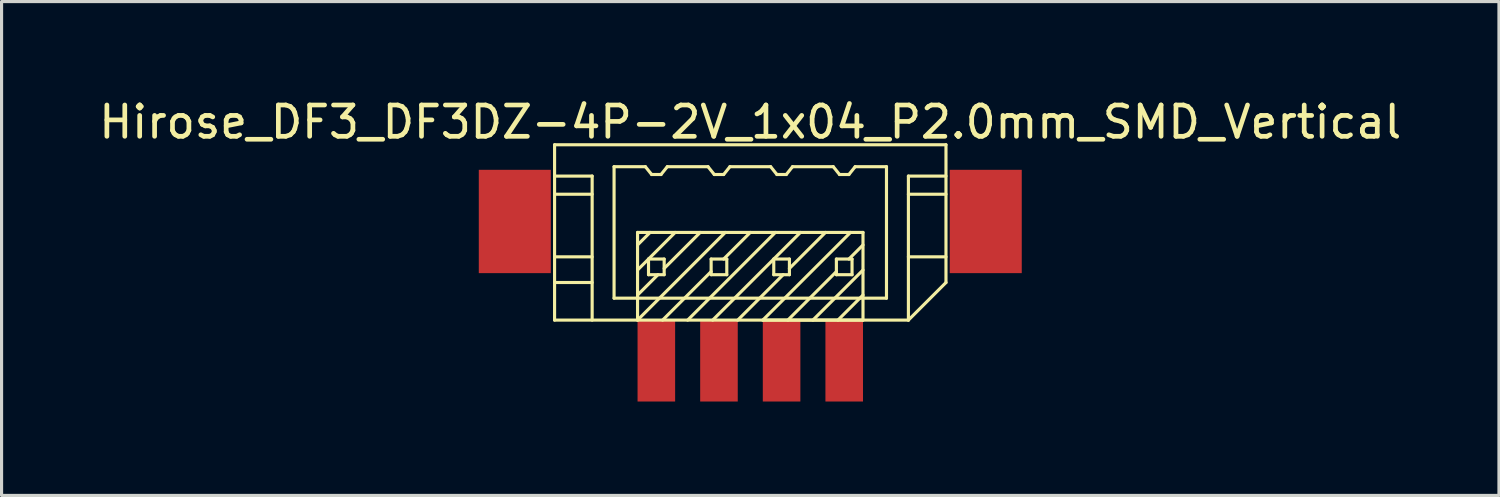
<source format=kicad_pcb>
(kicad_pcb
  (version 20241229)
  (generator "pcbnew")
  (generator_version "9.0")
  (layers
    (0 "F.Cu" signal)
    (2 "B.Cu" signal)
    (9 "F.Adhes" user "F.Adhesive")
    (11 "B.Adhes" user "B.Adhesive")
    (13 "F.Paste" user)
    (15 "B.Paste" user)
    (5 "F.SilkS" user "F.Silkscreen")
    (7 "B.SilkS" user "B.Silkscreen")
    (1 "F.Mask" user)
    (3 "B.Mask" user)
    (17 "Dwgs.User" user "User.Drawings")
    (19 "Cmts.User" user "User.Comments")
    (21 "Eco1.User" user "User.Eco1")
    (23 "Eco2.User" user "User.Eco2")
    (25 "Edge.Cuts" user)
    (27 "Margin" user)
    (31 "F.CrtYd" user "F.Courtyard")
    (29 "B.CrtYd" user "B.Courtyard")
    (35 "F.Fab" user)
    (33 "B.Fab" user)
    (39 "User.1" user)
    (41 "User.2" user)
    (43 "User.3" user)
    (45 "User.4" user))
  (footprint "Hirose_DF3_DF3DZ-4P-2V_1x04_P2.0mm_SMD_Vertical"
    (layer "F.Cu")
    (at 20.911 4.023)
    (property "Reference" "Hirose_DF3_DF3DZ-4P-2V_1x04_P2.0mm_SMD_Vertical" (at 0 -3.175 0) (layer "F.SilkS") (effects (font (size 1 1) (thickness 0.15))))
    (attr through_hole)
    (fp_line (start -6.25 -2.45) (end -6.25 3.15) (stroke (width 0.1) (type solid)) (layer "F.SilkS"))
    (fp_line (start -6.25 -2.45) (end 6.25 -2.45) (stroke (width 0.1) (type solid)) (layer "F.SilkS"))
    (fp_line (start -6.25 -0.87) (end -5.05 -0.87) (stroke (width 0.1) (type solid)) (layer "F.SilkS"))
    (fp_line (start -6.25 1.13) (end -5.05 1.13) (stroke (width 0.1) (type solid)) (layer "F.SilkS"))
    (fp_line (start -6.25 1.95) (end -5.05 1.95) (stroke (width 0.1) (type solid)) (layer "F.SilkS"))
    (fp_line (start -6.25 3.15) (end 5.05 3.15) (stroke (width 0.1) (type solid)) (layer "F.SilkS"))
    (fp_line (start -5.05 -1.45) (end -6.25 -1.45) (stroke (width 0.1) (type solid)) (layer "F.SilkS"))
    (fp_line (start -5.05 3.15) (end -5.05 -1.45) (stroke (width 0.1) (type solid)) (layer "F.SilkS"))
    (fp_line (start -4.35 -1.75) (end -4.35 2.45) (stroke (width 0.1) (type solid)) (layer "F.SilkS"))
    (fp_line (start -4.35 2.45) (end 4.35 2.45) (stroke (width 0.1) (type solid)) (layer "F.SilkS"))
    (fp_line (start -3.6 0.35) (end -3.6 3.15) (stroke (width 0.1) (type solid)) (layer "F.SilkS"))
    (fp_line (start -3.35 -1.75) (end -4.35 -1.75) (stroke (width 0.1) (type solid)) (layer "F.SilkS"))
    (fp_line (start -3.35 -1.75) (end -3.15 -1.5) (stroke (width 0.1) (type solid)) (layer "F.SilkS"))
    (fp_line (start -3.25 1.2) (end -3.25 1.7) (stroke (width 0.1) (type solid)) (layer "F.SilkS"))
    (fp_line (start -3.25 1.7) (end -2.75 1.7) (stroke (width 0.1) (type solid)) (layer "F.SilkS"))
    (fp_line (start -3.2 0.35) (end -3.6 0.75) (stroke (width 0.1) (type solid)) (layer "F.SilkS"))
    (fp_line (start -3.15 -1.5) (end -2.85 -1.5) (stroke (width 0.1) (type solid)) (layer "F.SilkS"))
    (fp_line (start -2.95 1.7) (end -3.6 2.35) (stroke (width 0.1) (type solid)) (layer "F.SilkS"))
    (fp_line (start -2.85 -1.5) (end -2.65 -1.75) (stroke (width 0.1) (type solid)) (layer "F.SilkS"))
    (fp_line (start -2.75 1.2) (end -3.25 1.2) (stroke (width 0.1) (type solid)) (layer "F.SilkS"))
    (fp_line (start -2.75 1.7) (end -2.75 1.2) (stroke (width 0.1) (type solid)) (layer "F.SilkS"))
    (fp_line (start -2.4 0.35) (end -3.6 1.55) (stroke (width 0.1) (type solid)) (layer "F.SilkS"))
    (fp_line (start -1.6 0.35) (end -2.75 1.5) (stroke (width 0.1) (type solid)) (layer "F.SilkS"))
    (fp_line (start -1.35 -1.75) (end -2.65 -1.75) (stroke (width 0.1) (type solid)) (layer "F.SilkS"))
    (fp_line (start -1.35 -1.75) (end -1.15 -1.5) (stroke (width 0.1) (type solid)) (layer "F.SilkS"))
    (fp_line (start -1.25 1.2) (end -1.25 1.7) (stroke (width 0.1) (type solid)) (layer "F.SilkS"))
    (fp_line (start -1.25 1.6) (end -2.8 3.15) (stroke (width 0.1) (type solid)) (layer "F.SilkS"))
    (fp_line (start -1.25 1.7) (end -0.75 1.7) (stroke (width 0.1) (type solid)) (layer "F.SilkS"))
    (fp_line (start -1.15 -1.5) (end -0.85 -1.5) (stroke (width 0.1) (type solid)) (layer "F.SilkS"))
    (fp_line (start -0.85 -1.5) (end -0.65 -1.75) (stroke (width 0.1) (type solid)) (layer "F.SilkS"))
    (fp_line (start -0.8 0.35) (end -3.6 3.15) (stroke (width 0.1) (type solid)) (layer "F.SilkS"))
    (fp_line (start -0.75 1.2) (end -1.25 1.2) (stroke (width 0.1) (type solid)) (layer "F.SilkS"))
    (fp_line (start -0.75 1.7) (end -0.75 1.2) (stroke (width 0.1) (type solid)) (layer "F.SilkS"))
    (fp_line (start -0.4 3.15) (end 1.05 1.7) (stroke (width 0.1) (type solid)) (layer "F.SilkS"))
    (fp_line (start 0 0.35) (end -0.85 1.2) (stroke (width 0.1) (type solid)) (layer "F.SilkS"))
    (fp_line (start 0.4 3.15) (end 3.6 3.15) (stroke (width 0.1) (type solid)) (layer "F.SilkS"))
    (fp_line (start 0.65 -1.75) (end -0.65 -1.75) (stroke (width 0.1) (type solid)) (layer "F.SilkS"))
    (fp_line (start 0.65 -1.75) (end 0.85 -1.5) (stroke (width 0.1) (type solid)) (layer "F.SilkS"))
    (fp_line (start 0.75 1.2) (end 0.75 1.7) (stroke (width 0.1) (type solid)) (layer "F.SilkS"))
    (fp_line (start 0.75 1.7) (end 1.25 1.7) (stroke (width 0.1) (type solid)) (layer "F.SilkS"))
    (fp_line (start 0.8 0.35) (end -2 3.15) (stroke (width 0.1) (type solid)) (layer "F.SilkS"))
    (fp_line (start 0.85 -1.5) (end 1.15 -1.5) (stroke (width 0.1) (type solid)) (layer "F.SilkS"))
    (fp_line (start 1.15 -1.5) (end 1.35 -1.75) (stroke (width 0.1) (type solid)) (layer "F.SilkS"))
    (fp_line (start 1.2 3.15) (end 2.75 1.6) (stroke (width 0.1) (type solid)) (layer "F.SilkS"))
    (fp_line (start 1.25 1.2) (end 0.75 1.2) (stroke (width 0.1) (type solid)) (layer "F.SilkS"))
    (fp_line (start 1.25 1.7) (end 1.25 1.2) (stroke (width 0.1) (type solid)) (layer "F.SilkS"))
    (fp_line (start 1.6 0.35) (end -1.2 3.15) (stroke (width 0.1) (type solid)) (layer "F.SilkS"))
    (fp_line (start 2.4 0.35) (end 1.25 1.5) (stroke (width 0.1) (type solid)) (layer "F.SilkS"))
    (fp_line (start 2.65 -1.75) (end 1.35 -1.75) (stroke (width 0.1) (type solid)) (layer "F.SilkS"))
    (fp_line (start 2.65 -1.75) (end 2.85 -1.5) (stroke (width 0.1) (type solid)) (layer "F.SilkS"))
    (fp_line (start 2.75 1.2) (end 2.75 1.7) (stroke (width 0.1) (type solid)) (layer "F.SilkS"))
    (fp_line (start 2.75 1.7) (end 3.25 1.7) (stroke (width 0.1) (type solid)) (layer "F.SilkS"))
    (fp_line (start 2.85 -1.5) (end 3.15 -1.5) (stroke (width 0.1) (type solid)) (layer "F.SilkS"))
    (fp_line (start 3.15 -1.5) (end 3.35 -1.75) (stroke (width 0.1) (type solid)) (layer "F.SilkS"))
    (fp_line (start 3.2 0.35) (end 0.4 3.15) (stroke (width 0.1) (type solid)) (layer "F.SilkS"))
    (fp_line (start 3.25 1.2) (end 2.75 1.2) (stroke (width 0.1) (type solid)) (layer "F.SilkS"))
    (fp_line (start 3.25 1.7) (end 3.25 1.2) (stroke (width 0.1) (type solid)) (layer "F.SilkS"))
    (fp_line (start 3.6 0.35) (end -3.6 0.35) (stroke (width 0.1) (type solid)) (layer "F.SilkS"))
    (fp_line (start 3.6 0.75) (end 3.15 1.2) (stroke (width 0.1) (type solid)) (layer "F.SilkS"))
    (fp_line (start 3.6 1.55) (end 2 3.15) (stroke (width 0.1) (type solid)) (layer "F.SilkS"))
    (fp_line (start 3.6 2.35) (end 2.8 3.15) (stroke (width 0.1) (type solid)) (layer "F.SilkS"))
    (fp_line (start 3.6 3.15) (end 3.6 0.35) (stroke (width 0.1) (type solid)) (layer "F.SilkS"))
    (fp_line (start 4.35 -1.75) (end 3.35 -1.75) (stroke (width 0.1) (type solid)) (layer "F.SilkS"))
    (fp_line (start 4.35 2.45) (end 4.35 -1.75) (stroke (width 0.1) (type solid)) (layer "F.SilkS"))
    (fp_line (start 5.05 -1.45) (end 6.25 -1.45) (stroke (width 0.1) (type solid)) (layer "F.SilkS"))
    (fp_line (start 5.05 -0.87) (end 6.25 -0.87) (stroke (width 0.1) (type solid)) (layer "F.SilkS"))
    (fp_line (start 5.05 1.13) (end 6.25 1.13) (stroke (width 0.1) (type solid)) (layer "F.SilkS"))
    (fp_line (start 5.05 3.15) (end 5.05 -1.45) (stroke (width 0.1) (type solid)) (layer "F.SilkS"))
    (fp_line (start 5.05 3.15) (end 6.25 1.95) (stroke (width 0.1) (type solid)) (layer "F.SilkS"))
    (fp_line (start 6.25 -2.45) (end 6.25 1.95) (stroke (width 0.1) (type solid)) (layer "F.SilkS"))
    (pad "" smd rect (at -7.52 0) (size 2.3 3.3) (layers "F.Cu" "F.Mask" "F.Paste"))
    (pad "" smd rect (at 7.52 0) (size 2.3 3.3) (layers "F.Cu" "F.Mask" "F.Paste"))
    (pad "1" smd rect (at 3 4.45) (size 1.2 2.6) (layers "F.Cu" "F.Mask" "F.Paste"))
    (pad "2" smd rect (at 1 4.45) (size 1.2 2.6) (layers "F.Cu" "F.Mask" "F.Paste"))
    (pad "3" smd rect (at -1 4.45) (size 1.2 2.6) (layers "F.Cu" "F.Mask" "F.Paste"))
    (pad "4" smd rect (at -3 4.45) (size 1.2 2.6) (layers "F.Cu" "F.Mask" "F.Paste")))
  (gr_rect
    (start -3 -3)
    (end 44.821 12.773)
    (stroke (width 0.1) (type default))
    (fill no)
    (layer "Edge.Cuts")))
</source>
